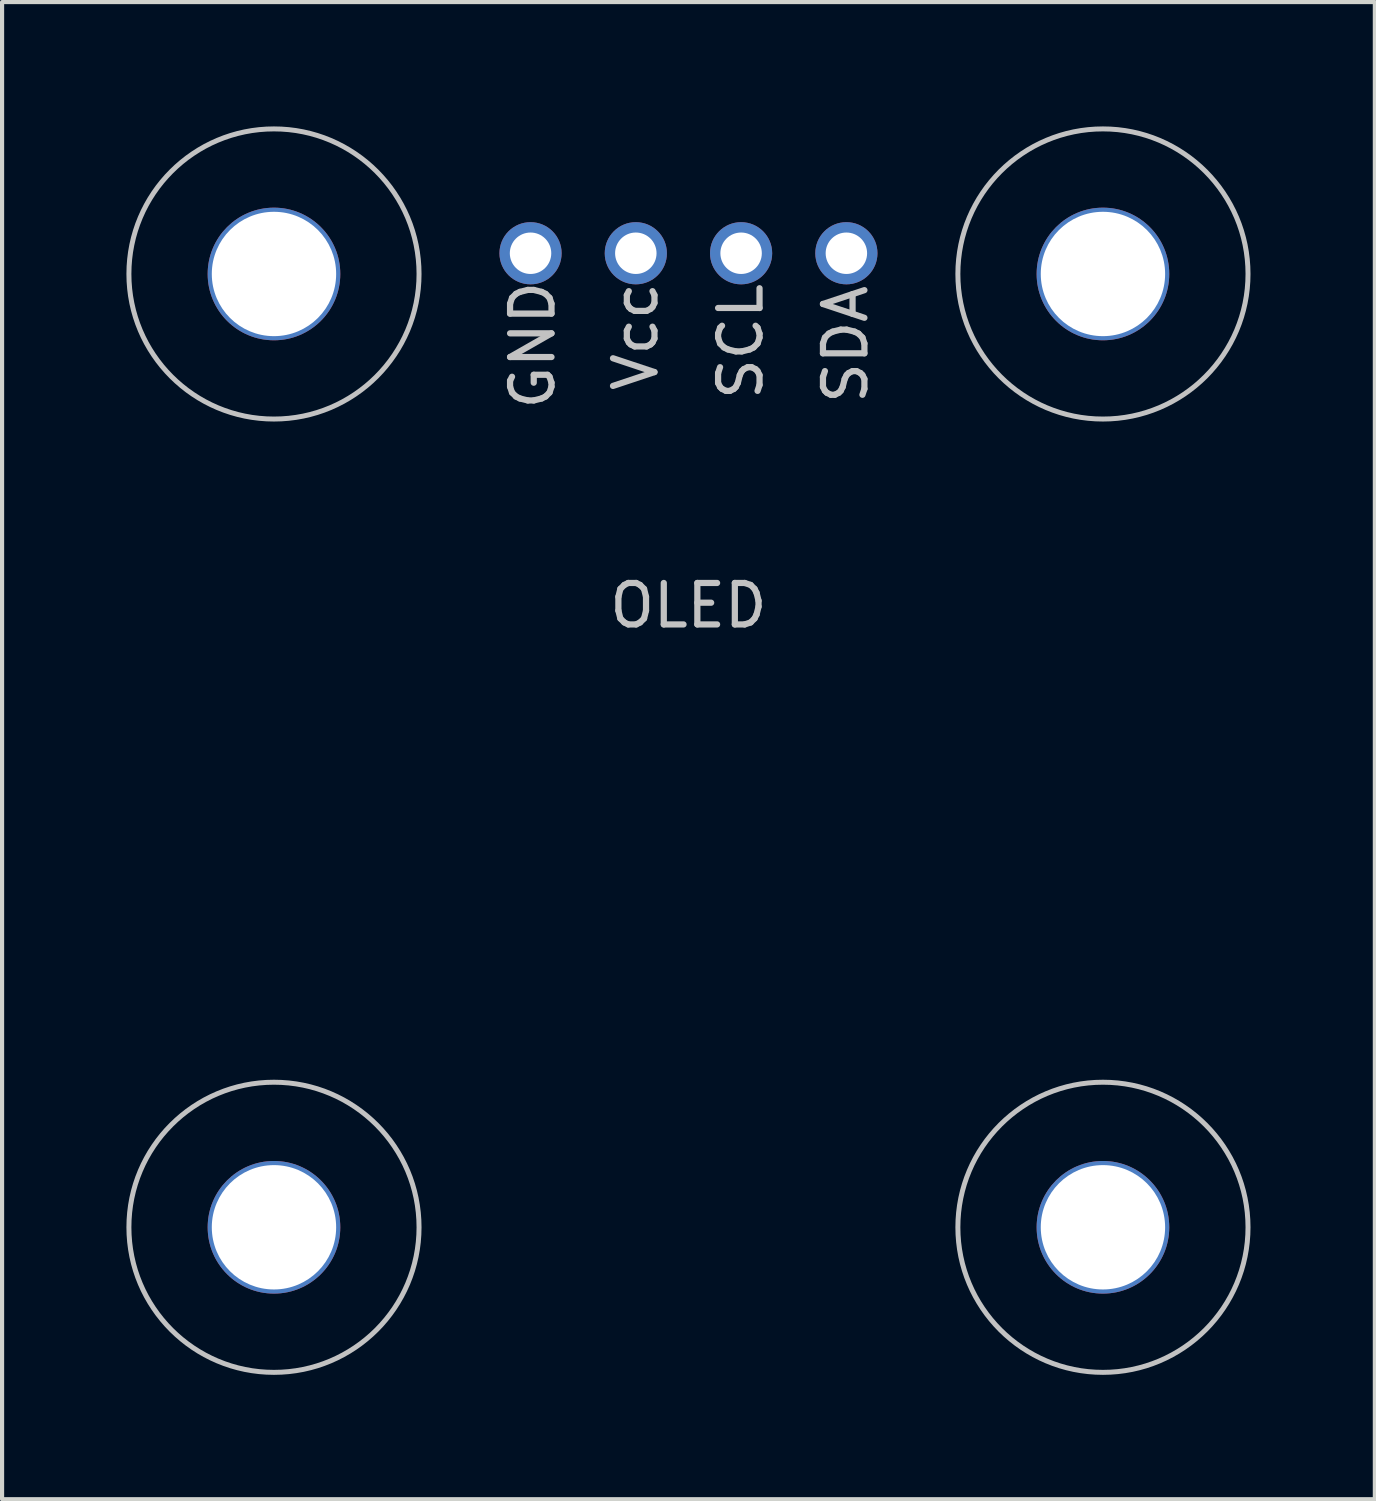
<source format=kicad_pcb>
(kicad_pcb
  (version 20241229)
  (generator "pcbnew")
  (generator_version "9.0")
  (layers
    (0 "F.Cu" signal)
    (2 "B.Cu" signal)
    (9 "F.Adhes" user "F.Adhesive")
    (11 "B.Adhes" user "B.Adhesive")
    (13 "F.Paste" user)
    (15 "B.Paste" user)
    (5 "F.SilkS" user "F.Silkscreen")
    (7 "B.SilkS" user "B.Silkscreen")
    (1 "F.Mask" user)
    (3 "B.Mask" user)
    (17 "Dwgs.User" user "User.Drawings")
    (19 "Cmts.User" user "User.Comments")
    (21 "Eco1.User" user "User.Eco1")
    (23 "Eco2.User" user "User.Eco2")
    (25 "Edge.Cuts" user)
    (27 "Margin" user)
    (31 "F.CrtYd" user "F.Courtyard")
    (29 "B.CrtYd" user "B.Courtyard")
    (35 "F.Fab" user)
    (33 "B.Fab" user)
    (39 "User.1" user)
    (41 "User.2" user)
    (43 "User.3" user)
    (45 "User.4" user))
  (footprint "OLED"
    (layer "F.Cu")
    (at 13.56 3.56)
    (property "Reference" "OLED" (at 0 8 0) (layer "Dwgs.User") (effects (font (size 1 1) (thickness 0.15))))
    (attr through_hole)
    (fp_circle (center -10 0) (end -6.5 0) (stroke (width 0.12) (type solid)) (fill no) (layer "Dwgs.User"))
    (fp_circle (center -10 23) (end -6.5 23) (stroke (width 0.12) (type solid)) (fill no) (layer "Dwgs.User"))
    (fp_circle (center 10 0) (end 13.5 0) (stroke (width 0.12) (type solid)) (fill no) (layer "Dwgs.User"))
    (fp_circle (center 10 23) (end 13.5 23) (stroke (width 0.12) (type solid)) (fill no) (layer "Dwgs.User"))
    (fp_text user "Vcc" (at -1.275 1.51 270) (layer "Dwgs.User") (effects (font (size 1 1) (thickness 0.15))))
    (fp_text user "GND" (at -3.759 1.718 90) (layer "Dwgs.User") (effects (font (size 1 1) (thickness 0.15))))
    (fp_text user "SDA" (at 3.79 1.7 90) (layer "Dwgs.User") (effects (font (size 1 1) (thickness 0.15))))
    (fp_text user "SCL" (at 1.26 1.63 90) (layer "Dwgs.User") (effects (font (size 1 1) (thickness 0.15))))
    (pad "" np_thru_hole circle (at -10 0) (size 3.2 3.2) (drill 3) (layers "*.Cu" "*.Mask"))
    (pad "" np_thru_hole circle (at -10 23) (size 3.2 3.2) (drill 3) (layers "*.Cu" "*.Mask"))
    (pad "" np_thru_hole circle (at 10 0) (size 3.2 3.2) (drill 3) (layers "*.Cu" "*.Mask"))
    (pad "" np_thru_hole circle (at 10 23) (size 3.2 3.2) (drill 3) (layers "*.Cu" "*.Mask"))
    (pad "1" thru_hole circle (at -3.81 -0.5) (size 1.5 1.5) (drill 1) (layers "*.Cu" "*.Mask"))
    (pad "2" thru_hole circle (at -1.27 -0.5) (size 1.5 1.5) (drill 1) (layers "*.Cu" "*.Mask"))
    (pad "3" thru_hole circle (at 1.27 -0.5) (size 1.5 1.5) (drill 1) (layers "*.Cu" "*.Mask"))
    (pad "4" thru_hole circle (at 3.81 -0.5) (size 1.5 1.5) (drill 1) (layers "*.Cu" "*.Mask")))
  (gr_rect
    (start -3 -3)
    (end 30.12 33.12)
    (stroke (width 0.1) (type default))
    (fill no)
    (layer "Edge.Cuts")))
</source>
